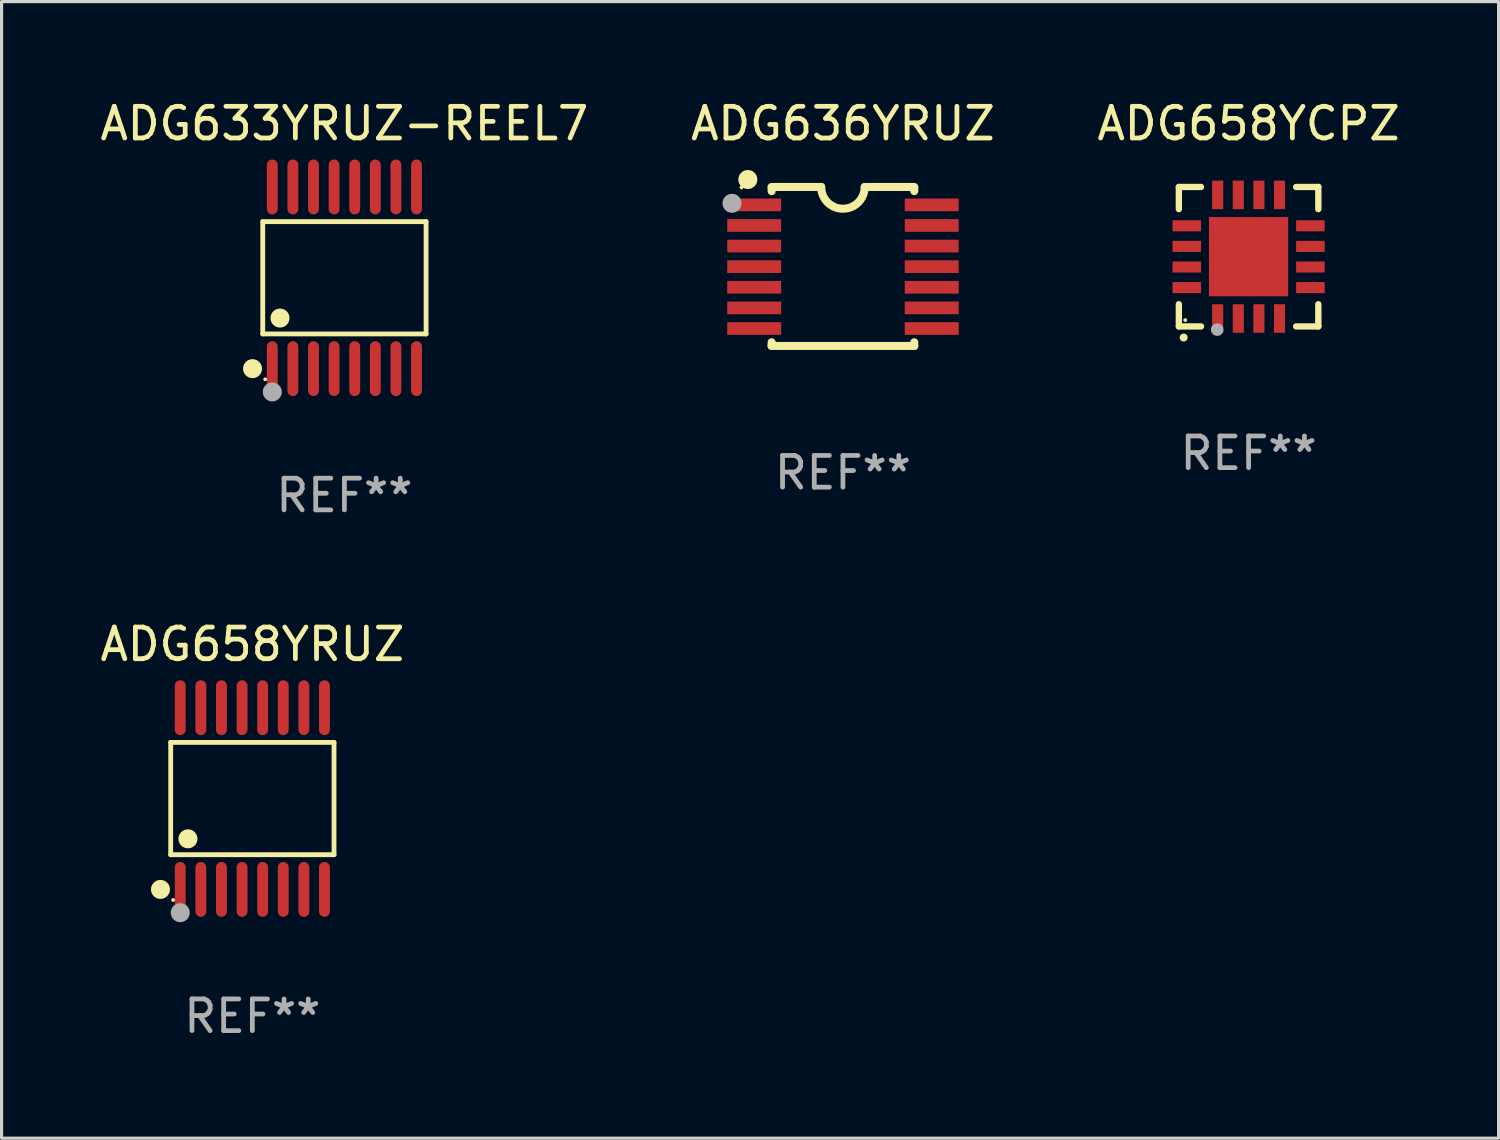
<source format=kicad_pcb>
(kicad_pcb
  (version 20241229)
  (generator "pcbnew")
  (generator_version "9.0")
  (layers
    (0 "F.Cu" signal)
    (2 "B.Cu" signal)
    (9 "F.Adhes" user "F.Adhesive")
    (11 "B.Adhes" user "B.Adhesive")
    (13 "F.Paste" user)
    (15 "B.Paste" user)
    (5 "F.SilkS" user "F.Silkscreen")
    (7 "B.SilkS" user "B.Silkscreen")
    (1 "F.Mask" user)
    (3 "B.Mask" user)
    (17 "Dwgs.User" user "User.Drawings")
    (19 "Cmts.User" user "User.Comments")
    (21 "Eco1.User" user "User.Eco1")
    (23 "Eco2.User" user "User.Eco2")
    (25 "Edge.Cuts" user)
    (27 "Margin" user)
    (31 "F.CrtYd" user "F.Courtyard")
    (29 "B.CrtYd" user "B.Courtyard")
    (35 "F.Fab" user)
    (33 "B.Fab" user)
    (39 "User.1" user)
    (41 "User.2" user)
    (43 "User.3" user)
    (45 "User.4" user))
  (footprint "ADG658YCPZ"
    (layer "F.Cu")
    (at 36.339 5.048)
    (property "Reference" "ADG658YCPZ" (at 0 -4.2 0) (layer "F.SilkS") (effects (font (size 1 1) (thickness 0.15))))
    (attr through_hole)
    (fp_line (start -2.2 -2.2) (end -1.5 -2.2) (stroke (width 0.2) (type solid)) (layer "F.SilkS"))
    (fp_line (start -2.2 -1.5) (end -2.2 -2.2) (stroke (width 0.2) (type solid)) (layer "F.SilkS"))
    (fp_line (start -2.2 2.2) (end -2.2 1.5) (stroke (width 0.2) (type solid)) (layer "F.SilkS"))
    (fp_line (start -1.5 2.2) (end -2.2 2.2) (stroke (width 0.2) (type solid)) (layer "F.SilkS"))
    (fp_line (start 1.5 2.2) (end 2.2 2.2) (stroke (width 0.2) (type solid)) (layer "F.SilkS"))
    (fp_line (start 2.2 -2.2) (end 1.5 -2.2) (stroke (width 0.2) (type solid)) (layer "F.SilkS"))
    (fp_line (start 2.2 -1.5) (end 2.2 -2.2) (stroke (width 0.2) (type solid)) (layer "F.SilkS"))
    (fp_line (start 2.2 2.2) (end 2.2 1.5) (stroke (width 0.2) (type solid)) (layer "F.SilkS"))
    (fp_arc (start -2.049784 2.550165) (mid -2.048514 2.550159) (end -2.047244 2.550165) (stroke (width 0.25) (type solid)) (layer "F.SilkS"))
    (fp_circle (center -2 2) (end -1.97 2) (stroke (width 0.06) (type solid)) (fill no) (layer "F.SilkS"))
    (fp_circle (center -0.99 2.3) (end -0.89 2.3) (stroke (width 0.2) (type solid)) (fill no) (layer "F.Fab"))
    (fp_text user "REF**" (at 0 6.2 0) (layer "F.Fab") (effects (font (size 1 1) (thickness 0.15))))
    (pad "1" smd rect (at -0.975 1.95 180) (size 0.35 0.9) (layers "F.Cu" "F.Mask" "F.Paste"))
    (pad "2" smd rect (at -0.325 1.95 180) (size 0.35 0.9) (layers "F.Cu" "F.Mask" "F.Paste"))
    (pad "3" smd rect (at 0.325 1.95 180) (size 0.35 0.9) (layers "F.Cu" "F.Mask" "F.Paste"))
    (pad "4" smd rect (at 0.975 1.95 180) (size 0.35 0.9) (layers "F.Cu" "F.Mask" "F.Paste"))
    (pad "5" smd rect (at 1.95 0.975 90) (size 0.35 0.9) (layers "F.Cu" "F.Mask" "F.Paste"))
    (pad "6" smd rect (at 1.95 0.325 90) (size 0.35 0.9) (layers "F.Cu" "F.Mask" "F.Paste"))
    (pad "7" smd rect (at 1.95 -0.325 90) (size 0.35 0.9) (layers "F.Cu" "F.Mask" "F.Paste"))
    (pad "8" smd rect (at 1.95 -0.975 90) (size 0.35 0.9) (layers "F.Cu" "F.Mask" "F.Paste"))
    (pad "9" smd rect (at 0.975 -1.95 180) (size 0.35 0.9) (layers "F.Cu" "F.Mask" "F.Paste"))
    (pad "10" smd rect (at 0.325 -1.95 180) (size 0.35 0.9) (layers "F.Cu" "F.Mask" "F.Paste"))
    (pad "11" smd rect (at -0.325 -1.95 180) (size 0.35 0.9) (layers "F.Cu" "F.Mask" "F.Paste"))
    (pad "12" smd rect (at -0.975 -1.95 180) (size 0.35 0.9) (layers "F.Cu" "F.Mask" "F.Paste"))
    (pad "13" smd rect (at -1.95 -0.975 90) (size 0.35 0.9) (layers "F.Cu" "F.Mask" "F.Paste"))
    (pad "14" smd rect (at -1.95 -0.325 90) (size 0.35 0.9) (layers "F.Cu" "F.Mask" "F.Paste"))
    (pad "15" smd rect (at -1.95 0.325 90) (size 0.35 0.9) (layers "F.Cu" "F.Mask" "F.Paste"))
    (pad "16" smd rect (at -1.95 0.975 90) (size 0.35 0.9) (layers "F.Cu" "F.Mask" "F.Paste"))
    (pad "17" smd rect (at 0.000051 0.000051 90) (size 2.5 2.5) (layers "F.Cu" "F.Mask" "F.Paste")))
  (footprint "ADG636YRUZ"
    (layer "F.Cu")
    (at 23.542 5.356)
    (property "Reference" "ADG636YRUZ" (at 0 -4.507 0) (layer "F.SilkS") (effects (font (size 1 1) (thickness 0.15))))
    (attr through_hole)
    (fp_line (start -2.25 -2.377) (end -2.25 -2.493) (stroke (width 0.254) (type solid)) (layer "F.SilkS"))
    (fp_line (start -2.25 2.507) (end -2.25 2.392) (stroke (width 0.254) (type solid)) (layer "F.SilkS"))
    (fp_line (start -1.6 -2.507) (end -2.25 -2.507) (stroke (width 0.254) (type solid)) (layer "F.SilkS"))
    (fp_line (start -1.6 -2.507) (end -0.686 -2.507) (stroke (width 0.254) (type solid)) (layer "F.SilkS"))
    (fp_line (start 0.686 -2.507) (end 1.6 -2.507) (stroke (width 0.254) (type solid)) (layer "F.SilkS"))
    (fp_line (start 1.6 -2.507) (end 2.25 -2.507) (stroke (width 0.254) (type solid)) (layer "F.SilkS"))
    (fp_line (start 2.25 -2.493) (end 2.25 -2.377) (stroke (width 0.254) (type solid)) (layer "F.SilkS"))
    (fp_line (start 2.25 2.392) (end 2.25 2.507) (stroke (width 0.254) (type solid)) (layer "F.SilkS"))
    (fp_line (start 2.25 2.507) (end -2.25 2.507) (stroke (width 0.254) (type solid)) (layer "F.SilkS"))
    (fp_arc (start 0.685852 -2.507303) (mid 0.000051 -1.821502) (end -0.68575 -2.507303) (stroke (width 0.254001) (type solid)) (layer "F.SilkS"))
    (fp_circle (center -3.2 -2.493) (end -3.17 -2.493) (stroke (width 0.06) (type solid)) (fill no) (layer "F.SilkS"))
    (fp_circle (center -3 -2.743) (end -2.85 -2.743) (stroke (width 0.3) (type solid)) (fill no) (layer "F.SilkS"))
    (fp_circle (center -3.5 -1.993) (end -3.35 -1.993) (stroke (width 0.3) (type solid)) (fill no) (layer "F.Fab"))
    (fp_text user "REF**" (at 0 6.507 0) (layer "F.Fab") (effects (font (size 1 1) (thickness 0.15))))
    (pad "1" smd rect (at -2.8 -1.943) (size 1.7 0.4) (layers "F.Cu" "F.Mask" "F.Paste"))
    (pad "2" smd rect (at -2.8 -1.293) (size 1.7 0.4) (layers "F.Cu" "F.Mask" "F.Paste"))
    (pad "3" smd rect (at -2.8 -0.643) (size 1.7 0.4) (layers "F.Cu" "F.Mask" "F.Paste"))
    (pad "4" smd rect (at -2.8 0.007) (size 1.7 0.4) (layers "F.Cu" "F.Mask" "F.Paste"))
    (pad "5" smd rect (at -2.8 0.657) (size 1.7 0.4) (layers "F.Cu" "F.Mask" "F.Paste"))
    (pad "6" smd rect (at -2.8 1.307) (size 1.7 0.4) (layers "F.Cu" "F.Mask" "F.Paste"))
    (pad "7" smd rect (at -2.8 1.957) (size 1.7 0.4) (layers "F.Cu" "F.Mask" "F.Paste"))
    (pad "8" smd rect (at 2.8 1.957) (size 1.7 0.4) (layers "F.Cu" "F.Mask" "F.Paste"))
    (pad "9" smd rect (at 2.8 1.307) (size 1.7 0.4) (layers "F.Cu" "F.Mask" "F.Paste"))
    (pad "10" smd rect (at 2.8 0.657) (size 1.7 0.4) (layers "F.Cu" "F.Mask" "F.Paste"))
    (pad "11" smd rect (at 2.8 0.007) (size 1.7 0.4) (layers "F.Cu" "F.Mask" "F.Paste"))
    (pad "12" smd rect (at 2.8 -0.643) (size 1.7 0.4) (layers "F.Cu" "F.Mask" "F.Paste"))
    (pad "13" smd rect (at 2.8 -1.293) (size 1.7 0.4) (layers "F.Cu" "F.Mask" "F.Paste"))
    (pad "14" smd rect (at 2.8 -1.943) (size 1.7 0.4) (layers "F.Cu" "F.Mask" "F.Paste")))
  (footprint "ADG633YRUZ-REEL7"
    (layer "F.Cu")
    (at 7.815 5.714)
    (property "Reference" "ADG633YRUZ-REEL7" (at 0 -4.866 0) (layer "F.SilkS") (effects (font (size 1 1) (thickness 0.15))))
    (attr through_hole)
    (fp_line (start -2.576 -1.772) (end 2.576 -1.772) (stroke (width 0.152) (type solid)) (layer "F.SilkS"))
    (fp_line (start -2.576 1.771) (end -2.576 -1.772) (stroke (width 0.152) (type solid)) (layer "F.SilkS"))
    (fp_line (start 2.576 -1.772) (end 2.576 1.771) (stroke (width 0.152) (type solid)) (layer "F.SilkS"))
    (fp_line (start 2.576 1.771) (end -2.576 1.771) (stroke (width 0.152) (type solid)) (layer "F.SilkS"))
    (fp_circle (center -2.899 2.866) (end -2.749 2.866) (stroke (width 0.3) (type solid)) (fill no) (layer "F.SilkS"))
    (fp_circle (center -2.5 3.2) (end -2.47 3.2) (stroke (width 0.06) (type solid)) (fill no) (layer "F.SilkS"))
    (fp_circle (center -2.032 1.27) (end -1.882 1.27) (stroke (width 0.3) (type solid)) (fill no) (layer "F.SilkS"))
    (fp_circle (center -2.275 3.6) (end -2.125 3.6) (stroke (width 0.3) (type solid)) (fill no) (layer "F.Fab"))
    (fp_text user "REF**" (at 0 6.866 0) (layer "F.Fab") (effects (font (size 1 1) (thickness 0.15))))
    (pad "1" smd oval (at -2.275 2.866) (size 0.343 1.731) (layers "F.Cu" "F.Mask" "F.Paste"))
    (pad "2" smd oval (at -1.625 2.866) (size 0.343 1.731) (layers "F.Cu" "F.Mask" "F.Paste"))
    (pad "3" smd oval (at -0.975 2.866) (size 0.343 1.731) (layers "F.Cu" "F.Mask" "F.Paste"))
    (pad "4" smd oval (at -0.325 2.866) (size 0.343 1.731) (layers "F.Cu" "F.Mask" "F.Paste"))
    (pad "5" smd oval (at 0.325 2.866) (size 0.343 1.731) (layers "F.Cu" "F.Mask" "F.Paste"))
    (pad "6" smd oval (at 0.975 2.866) (size 0.343 1.731) (layers "F.Cu" "F.Mask" "F.Paste"))
    (pad "7" smd oval (at 1.625 2.866) (size 0.343 1.731) (layers "F.Cu" "F.Mask" "F.Paste"))
    (pad "8" smd oval (at 2.275 2.866) (size 0.343 1.731) (layers "F.Cu" "F.Mask" "F.Paste"))
    (pad "9" smd oval (at 2.275 -2.866) (size 0.343 1.731) (layers "F.Cu" "F.Mask" "F.Paste"))
    (pad "10" smd oval (at 1.625 -2.866) (size 0.343 1.731) (layers "F.Cu" "F.Mask" "F.Paste"))
    (pad "11" smd oval (at 0.975 -2.866) (size 0.343 1.731) (layers "F.Cu" "F.Mask" "F.Paste"))
    (pad "12" smd oval (at 0.325 -2.866) (size 0.343 1.731) (layers "F.Cu" "F.Mask" "F.Paste"))
    (pad "13" smd oval (at -0.325 -2.866) (size 0.343 1.731) (layers "F.Cu" "F.Mask" "F.Paste"))
    (pad "14" smd oval (at -0.975 -2.866) (size 0.343 1.731) (layers "F.Cu" "F.Mask" "F.Paste"))
    (pad "15" smd oval (at -1.625 -2.866) (size 0.343 1.731) (layers "F.Cu" "F.Mask" "F.Paste"))
    (pad "16" smd oval (at -2.275 -2.866) (size 0.343 1.731) (layers "F.Cu" "F.Mask" "F.Paste")))
  (footprint "ADG658YRUZ"
    (layer "F.Cu")
    (at 4.911 22.142)
    (property "Reference" "ADG658YRUZ" (at 0 -4.866 0) (layer "F.SilkS") (effects (font (size 1 1) (thickness 0.15))))
    (attr through_hole)
    (fp_line (start -2.576 -1.772) (end 2.576 -1.772) (stroke (width 0.152) (type solid)) (layer "F.SilkS"))
    (fp_line (start -2.576 1.771) (end -2.576 -1.772) (stroke (width 0.152) (type solid)) (layer "F.SilkS"))
    (fp_line (start 2.576 -1.772) (end 2.576 1.771) (stroke (width 0.152) (type solid)) (layer "F.SilkS"))
    (fp_line (start 2.576 1.771) (end -2.576 1.771) (stroke (width 0.152) (type solid)) (layer "F.SilkS"))
    (fp_circle (center -2.899 2.866) (end -2.749 2.866) (stroke (width 0.3) (type solid)) (fill no) (layer "F.SilkS"))
    (fp_circle (center -2.5 3.2) (end -2.47 3.2) (stroke (width 0.06) (type solid)) (fill no) (layer "F.SilkS"))
    (fp_circle (center -2.032 1.27) (end -1.882 1.27) (stroke (width 0.3) (type solid)) (fill no) (layer "F.SilkS"))
    (fp_circle (center -2.275 3.6) (end -2.125 3.6) (stroke (width 0.3) (type solid)) (fill no) (layer "F.Fab"))
    (fp_text user "REF**" (at 0 6.866 0) (layer "F.Fab") (effects (font (size 1 1) (thickness 0.15))))
    (pad "1" smd oval (at -2.275 2.866) (size 0.343 1.731) (layers "F.Cu" "F.Mask" "F.Paste"))
    (pad "2" smd oval (at -1.625 2.866) (size 0.343 1.731) (layers "F.Cu" "F.Mask" "F.Paste"))
    (pad "3" smd oval (at -0.975 2.866) (size 0.343 1.731) (layers "F.Cu" "F.Mask" "F.Paste"))
    (pad "4" smd oval (at -0.325 2.866) (size 0.343 1.731) (layers "F.Cu" "F.Mask" "F.Paste"))
    (pad "5" smd oval (at 0.325 2.866) (size 0.343 1.731) (layers "F.Cu" "F.Mask" "F.Paste"))
    (pad "6" smd oval (at 0.975 2.866) (size 0.343 1.731) (layers "F.Cu" "F.Mask" "F.Paste"))
    (pad "7" smd oval (at 1.625 2.866) (size 0.343 1.731) (layers "F.Cu" "F.Mask" "F.Paste"))
    (pad "8" smd oval (at 2.275 2.866) (size 0.343 1.731) (layers "F.Cu" "F.Mask" "F.Paste"))
    (pad "9" smd oval (at 2.275 -2.866) (size 0.343 1.731) (layers "F.Cu" "F.Mask" "F.Paste"))
    (pad "10" smd oval (at 1.625 -2.866) (size 0.343 1.731) (layers "F.Cu" "F.Mask" "F.Paste"))
    (pad "11" smd oval (at 0.975 -2.866) (size 0.343 1.731) (layers "F.Cu" "F.Mask" "F.Paste"))
    (pad "12" smd oval (at 0.325 -2.866) (size 0.343 1.731) (layers "F.Cu" "F.Mask" "F.Paste"))
    (pad "13" smd oval (at -0.325 -2.866) (size 0.343 1.731) (layers "F.Cu" "F.Mask" "F.Paste"))
    (pad "14" smd oval (at -0.975 -2.866) (size 0.343 1.731) (layers "F.Cu" "F.Mask" "F.Paste"))
    (pad "15" smd oval (at -1.625 -2.866) (size 0.343 1.731) (layers "F.Cu" "F.Mask" "F.Paste"))
    (pad "16" smd oval (at -2.275 -2.866) (size 0.343 1.731) (layers "F.Cu" "F.Mask" "F.Paste")))
  (gr_rect
    (start -3 -3)
    (end 44.226 32.856)
    (stroke (width 0.1) (type default))
    (fill no)
    (layer "Edge.Cuts")))
</source>
